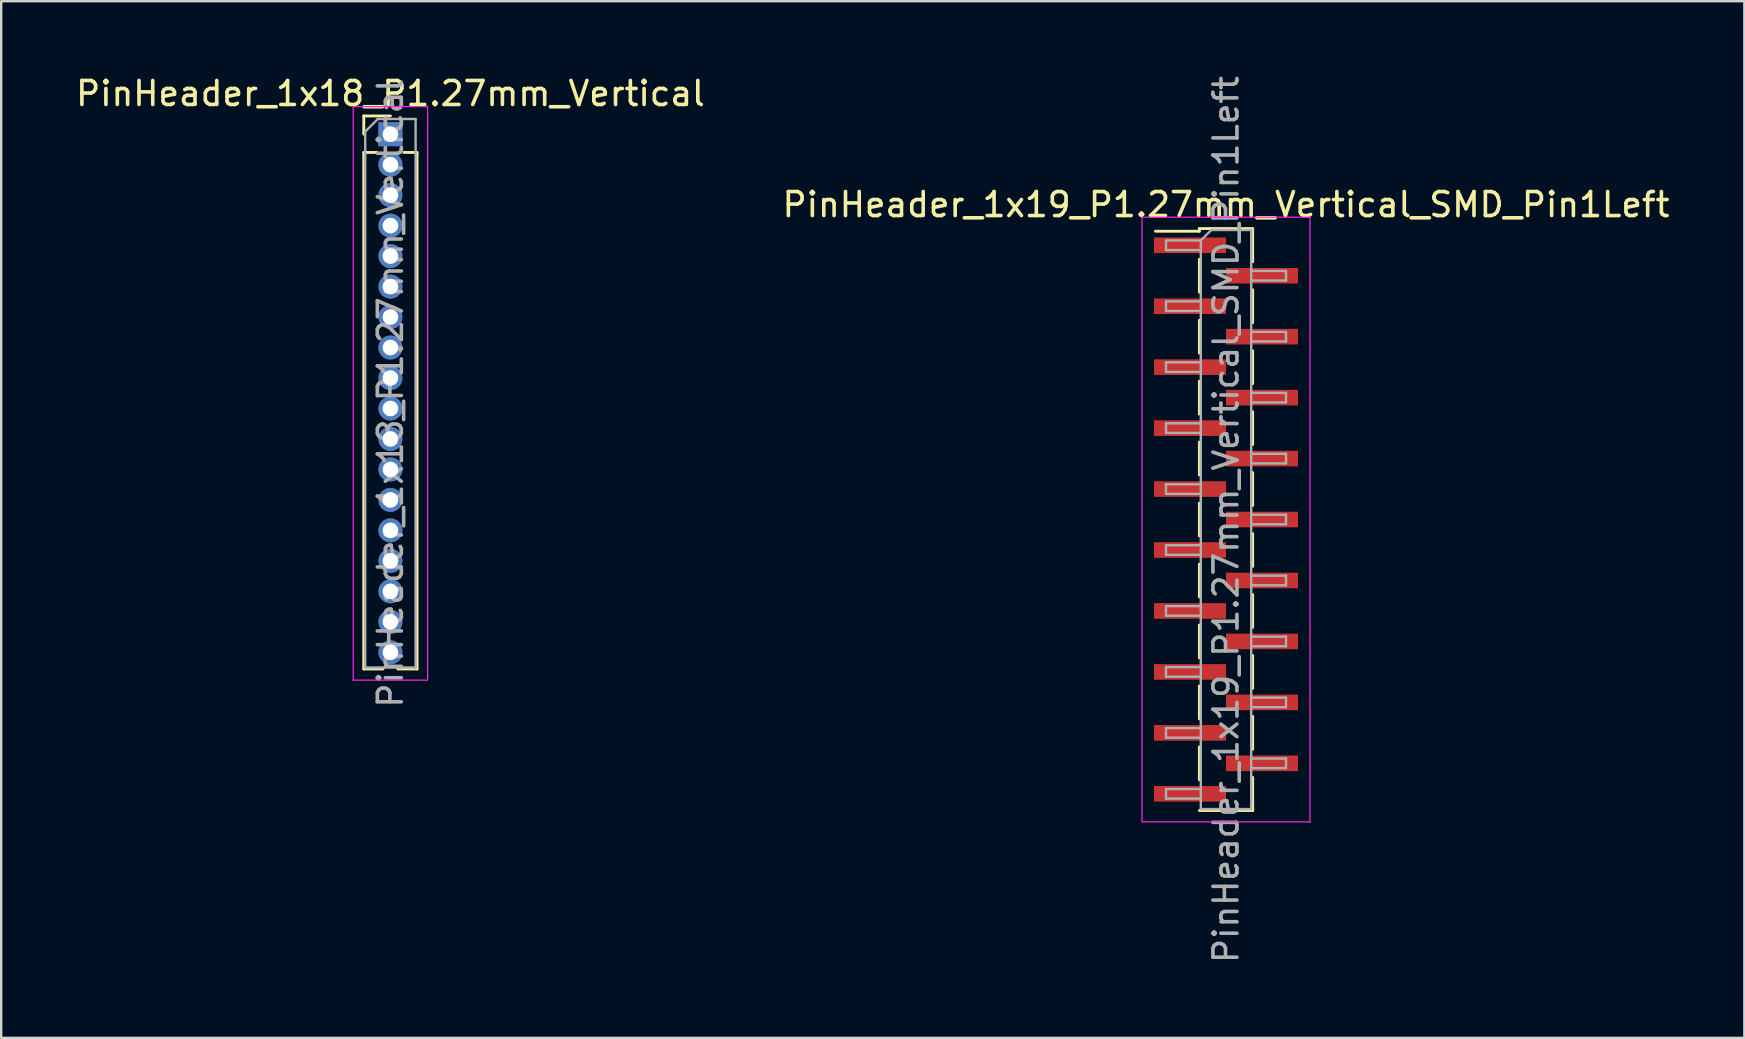
<source format=kicad_pcb>
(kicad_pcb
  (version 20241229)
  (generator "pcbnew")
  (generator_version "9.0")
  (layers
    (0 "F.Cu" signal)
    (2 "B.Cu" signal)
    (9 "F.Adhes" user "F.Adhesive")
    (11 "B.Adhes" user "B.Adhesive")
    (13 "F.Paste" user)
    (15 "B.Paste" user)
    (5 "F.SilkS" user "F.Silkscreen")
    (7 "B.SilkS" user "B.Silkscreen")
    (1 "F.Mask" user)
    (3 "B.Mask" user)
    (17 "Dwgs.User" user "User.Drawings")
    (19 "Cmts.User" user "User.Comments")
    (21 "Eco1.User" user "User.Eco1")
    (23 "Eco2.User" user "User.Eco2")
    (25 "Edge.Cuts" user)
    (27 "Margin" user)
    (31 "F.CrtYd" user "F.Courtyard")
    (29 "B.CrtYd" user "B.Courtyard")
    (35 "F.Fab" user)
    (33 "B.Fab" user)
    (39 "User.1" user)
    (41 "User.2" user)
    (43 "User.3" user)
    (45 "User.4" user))
  (footprint "PinHeader_1x19_P1.27mm_Vertical_SMD_Pin1Left"
    (layer "F.Cu")
    (at 48.042 18.601)
    (property "Reference" "PinHeader_1x19_P1.27mm_Vertical_SMD_Pin1Left" (at 0 -13.125 0) (layer "F.SilkS") (effects (font (size 1 1) (thickness 0.15))))
    (attr smd)
    (fp_line (start -1.11 -12.125) (end -1.11 -12.015) (stroke (width 0.12) (type solid)) (layer "F.SilkS"))
    (fp_line (start -1.11 -12.125) (end 1.11 -12.125) (stroke (width 0.12) (type solid)) (layer "F.SilkS"))
    (fp_line (start -1.11 -12.015) (end -2.94 -12.015) (stroke (width 0.12) (type solid)) (layer "F.SilkS"))
    (fp_line (start -1.11 -10.845) (end -1.11 -9.475) (stroke (width 0.12) (type solid)) (layer "F.SilkS"))
    (fp_line (start -1.11 -8.305) (end -1.11 -6.935) (stroke (width 0.12) (type solid)) (layer "F.SilkS"))
    (fp_line (start -1.11 -5.765) (end -1.11 -4.395) (stroke (width 0.12) (type solid)) (layer "F.SilkS"))
    (fp_line (start -1.11 -3.225) (end -1.11 -1.855) (stroke (width 0.12) (type solid)) (layer "F.SilkS"))
    (fp_line (start -1.11 -0.685) (end -1.11 0.685) (stroke (width 0.12) (type solid)) (layer "F.SilkS"))
    (fp_line (start -1.11 1.855) (end -1.11 3.225) (stroke (width 0.12) (type solid)) (layer "F.SilkS"))
    (fp_line (start -1.11 4.395) (end -1.11 5.765) (stroke (width 0.12) (type solid)) (layer "F.SilkS"))
    (fp_line (start -1.11 6.935) (end -1.11 8.305) (stroke (width 0.12) (type solid)) (layer "F.SilkS"))
    (fp_line (start -1.11 9.475) (end -1.11 10.845) (stroke (width 0.12) (type solid)) (layer "F.SilkS"))
    (fp_line (start -1.11 12.125) (end 1.11 12.125) (stroke (width 0.12) (type solid)) (layer "F.SilkS"))
    (fp_line (start 1.11 -12.115) (end 1.11 -10.745) (stroke (width 0.12) (type solid)) (layer "F.SilkS"))
    (fp_line (start 1.11 -9.575) (end 1.11 -8.205) (stroke (width 0.12) (type solid)) (layer "F.SilkS"))
    (fp_line (start 1.11 -7.035) (end 1.11 -5.665) (stroke (width 0.12) (type solid)) (layer "F.SilkS"))
    (fp_line (start 1.11 -4.495) (end 1.11 -3.125) (stroke (width 0.12) (type solid)) (layer "F.SilkS"))
    (fp_line (start 1.11 -1.955) (end 1.11 -0.585) (stroke (width 0.12) (type solid)) (layer "F.SilkS"))
    (fp_line (start 1.11 0.585) (end 1.11 1.955) (stroke (width 0.12) (type solid)) (layer "F.SilkS"))
    (fp_line (start 1.11 3.125) (end 1.11 4.495) (stroke (width 0.12) (type solid)) (layer "F.SilkS"))
    (fp_line (start 1.11 5.665) (end 1.11 7.035) (stroke (width 0.12) (type solid)) (layer "F.SilkS"))
    (fp_line (start 1.11 8.205) (end 1.11 9.575) (stroke (width 0.12) (type solid)) (layer "F.SilkS"))
    (fp_line (start 1.11 10.745) (end 1.11 12.115) (stroke (width 0.12) (type solid)) (layer "F.SilkS"))
    (fp_line (start 1.11 12.015) (end 1.11 12.125) (stroke (width 0.12) (type solid)) (layer "F.SilkS"))
    (fp_line (start -3.5 -12.6) (end -3.5 12.6) (stroke (width 0.05) (type solid)) (layer "F.CrtYd"))
    (fp_line (start -3.5 12.6) (end 3.5 12.6) (stroke (width 0.05) (type solid)) (layer "F.CrtYd"))
    (fp_line (start 3.5 -12.6) (end -3.5 -12.6) (stroke (width 0.05) (type solid)) (layer "F.CrtYd"))
    (fp_line (start 3.5 12.6) (end 3.5 -12.6) (stroke (width 0.05) (type solid)) (layer "F.CrtYd"))
    (fp_line (start -2.5 -11.63) (end -2.5 -11.23) (stroke (width 0.1) (type solid)) (layer "F.Fab"))
    (fp_line (start -2.5 -11.23) (end -1.05 -11.23) (stroke (width 0.1) (type solid)) (layer "F.Fab"))
    (fp_line (start -2.5 -9.09) (end -2.5 -8.69) (stroke (width 0.1) (type solid)) (layer "F.Fab"))
    (fp_line (start -2.5 -8.69) (end -1.05 -8.69) (stroke (width 0.1) (type solid)) (layer "F.Fab"))
    (fp_line (start -2.5 -6.55) (end -2.5 -6.15) (stroke (width 0.1) (type solid)) (layer "F.Fab"))
    (fp_line (start -2.5 -6.15) (end -1.05 -6.15) (stroke (width 0.1) (type solid)) (layer "F.Fab"))
    (fp_line (start -2.5 -4.01) (end -2.5 -3.61) (stroke (width 0.1) (type solid)) (layer "F.Fab"))
    (fp_line (start -2.5 -3.61) (end -1.05 -3.61) (stroke (width 0.1) (type solid)) (layer "F.Fab"))
    (fp_line (start -2.5 -1.47) (end -2.5 -1.07) (stroke (width 0.1) (type solid)) (layer "F.Fab"))
    (fp_line (start -2.5 -1.07) (end -1.05 -1.07) (stroke (width 0.1) (type solid)) (layer "F.Fab"))
    (fp_line (start -2.5 1.07) (end -2.5 1.47) (stroke (width 0.1) (type solid)) (layer "F.Fab"))
    (fp_line (start -2.5 1.47) (end -1.05 1.47) (stroke (width 0.1) (type solid)) (layer "F.Fab"))
    (fp_line (start -2.5 3.61) (end -2.5 4.01) (stroke (width 0.1) (type solid)) (layer "F.Fab"))
    (fp_line (start -2.5 4.01) (end -1.05 4.01) (stroke (width 0.1) (type solid)) (layer "F.Fab"))
    (fp_line (start -2.5 6.15) (end -2.5 6.55) (stroke (width 0.1) (type solid)) (layer "F.Fab"))
    (fp_line (start -2.5 6.55) (end -1.05 6.55) (stroke (width 0.1) (type solid)) (layer "F.Fab"))
    (fp_line (start -2.5 8.69) (end -2.5 9.09) (stroke (width 0.1) (type solid)) (layer "F.Fab"))
    (fp_line (start -2.5 9.09) (end -1.05 9.09) (stroke (width 0.1) (type solid)) (layer "F.Fab"))
    (fp_line (start -2.5 11.23) (end -2.5 11.63) (stroke (width 0.1) (type solid)) (layer "F.Fab"))
    (fp_line (start -2.5 11.63) (end -1.05 11.63) (stroke (width 0.1) (type solid)) (layer "F.Fab"))
    (fp_line (start -1.05 -11.63) (end -2.5 -11.63) (stroke (width 0.1) (type solid)) (layer "F.Fab"))
    (fp_line (start -1.05 -11.63) (end -0.615 -12.065) (stroke (width 0.1) (type solid)) (layer "F.Fab"))
    (fp_line (start -1.05 -9.09) (end -2.5 -9.09) (stroke (width 0.1) (type solid)) (layer "F.Fab"))
    (fp_line (start -1.05 -6.55) (end -2.5 -6.55) (stroke (width 0.1) (type solid)) (layer "F.Fab"))
    (fp_line (start -1.05 -4.01) (end -2.5 -4.01) (stroke (width 0.1) (type solid)) (layer "F.Fab"))
    (fp_line (start -1.05 -1.47) (end -2.5 -1.47) (stroke (width 0.1) (type solid)) (layer "F.Fab"))
    (fp_line (start -1.05 1.07) (end -2.5 1.07) (stroke (width 0.1) (type solid)) (layer "F.Fab"))
    (fp_line (start -1.05 3.61) (end -2.5 3.61) (stroke (width 0.1) (type solid)) (layer "F.Fab"))
    (fp_line (start -1.05 6.15) (end -2.5 6.15) (stroke (width 0.1) (type solid)) (layer "F.Fab"))
    (fp_line (start -1.05 8.69) (end -2.5 8.69) (stroke (width 0.1) (type solid)) (layer "F.Fab"))
    (fp_line (start -1.05 11.23) (end -2.5 11.23) (stroke (width 0.1) (type solid)) (layer "F.Fab"))
    (fp_line (start -1.05 12.065) (end -1.05 -11.63) (stroke (width 0.1) (type solid)) (layer "F.Fab"))
    (fp_line (start -0.615 -12.065) (end 1.05 -12.065) (stroke (width 0.1) (type solid)) (layer "F.Fab"))
    (fp_line (start 1.05 -12.065) (end 1.05 12.065) (stroke (width 0.1) (type solid)) (layer "F.Fab"))
    (fp_line (start 1.05 -10.36) (end 2.5 -10.36) (stroke (width 0.1) (type solid)) (layer "F.Fab"))
    (fp_line (start 1.05 -7.82) (end 2.5 -7.82) (stroke (width 0.1) (type solid)) (layer "F.Fab"))
    (fp_line (start 1.05 -5.28) (end 2.5 -5.28) (stroke (width 0.1) (type solid)) (layer "F.Fab"))
    (fp_line (start 1.05 -2.74) (end 2.5 -2.74) (stroke (width 0.1) (type solid)) (layer "F.Fab"))
    (fp_line (start 1.05 -0.2) (end 2.5 -0.2) (stroke (width 0.1) (type solid)) (layer "F.Fab"))
    (fp_line (start 1.05 2.34) (end 2.5 2.34) (stroke (width 0.1) (type solid)) (layer "F.Fab"))
    (fp_line (start 1.05 4.88) (end 2.5 4.88) (stroke (width 0.1) (type solid)) (layer "F.Fab"))
    (fp_line (start 1.05 7.42) (end 2.5 7.42) (stroke (width 0.1) (type solid)) (layer "F.Fab"))
    (fp_line (start 1.05 9.96) (end 2.5 9.96) (stroke (width 0.1) (type solid)) (layer "F.Fab"))
    (fp_line (start 1.05 12.065) (end -1.05 12.065) (stroke (width 0.1) (type solid)) (layer "F.Fab"))
    (fp_line (start 2.5 -10.36) (end 2.5 -9.96) (stroke (width 0.1) (type solid)) (layer "F.Fab"))
    (fp_line (start 2.5 -9.96) (end 1.05 -9.96) (stroke (width 0.1) (type solid)) (layer "F.Fab"))
    (fp_line (start 2.5 -7.82) (end 2.5 -7.42) (stroke (width 0.1) (type solid)) (layer "F.Fab"))
    (fp_line (start 2.5 -7.42) (end 1.05 -7.42) (stroke (width 0.1) (type solid)) (layer "F.Fab"))
    (fp_line (start 2.5 -5.28) (end 2.5 -4.88) (stroke (width 0.1) (type solid)) (layer "F.Fab"))
    (fp_line (start 2.5 -4.88) (end 1.05 -4.88) (stroke (width 0.1) (type solid)) (layer "F.Fab"))
    (fp_line (start 2.5 -2.74) (end 2.5 -2.34) (stroke (width 0.1) (type solid)) (layer "F.Fab"))
    (fp_line (start 2.5 -2.34) (end 1.05 -2.34) (stroke (width 0.1) (type solid)) (layer "F.Fab"))
    (fp_line (start 2.5 -0.2) (end 2.5 0.2) (stroke (width 0.1) (type solid)) (layer "F.Fab"))
    (fp_line (start 2.5 0.2) (end 1.05 0.2) (stroke (width 0.1) (type solid)) (layer "F.Fab"))
    (fp_line (start 2.5 2.34) (end 2.5 2.74) (stroke (width 0.1) (type solid)) (layer "F.Fab"))
    (fp_line (start 2.5 2.74) (end 1.05 2.74) (stroke (width 0.1) (type solid)) (layer "F.Fab"))
    (fp_line (start 2.5 4.88) (end 2.5 5.28) (stroke (width 0.1) (type solid)) (layer "F.Fab"))
    (fp_line (start 2.5 5.28) (end 1.05 5.28) (stroke (width 0.1) (type solid)) (layer "F.Fab"))
    (fp_line (start 2.5 7.42) (end 2.5 7.82) (stroke (width 0.1) (type solid)) (layer "F.Fab"))
    (fp_line (start 2.5 7.82) (end 1.05 7.82) (stroke (width 0.1) (type solid)) (layer "F.Fab"))
    (fp_line (start 2.5 9.96) (end 2.5 10.36) (stroke (width 0.1) (type solid)) (layer "F.Fab"))
    (fp_line (start 2.5 10.36) (end 1.05 10.36) (stroke (width 0.1) (type solid)) (layer "F.Fab"))
    (fp_text user "${REFERENCE}" (at 0 0 90) (layer "F.Fab") (effects (font (size 1 1) (thickness 0.15))))
    (pad "1" smd rect (at -1.5 -11.43) (size 3 0.65) (layers "F.Cu" "F.Mask" "F.Paste"))
    (pad "2" smd rect (at 1.5 -10.16) (size 3 0.65) (layers "F.Cu" "F.Mask" "F.Paste"))
    (pad "3" smd rect (at -1.5 -8.89) (size 3 0.65) (layers "F.Cu" "F.Mask" "F.Paste"))
    (pad "4" smd rect (at 1.5 -7.62) (size 3 0.65) (layers "F.Cu" "F.Mask" "F.Paste"))
    (pad "5" smd rect (at -1.5 -6.35) (size 3 0.65) (layers "F.Cu" "F.Mask" "F.Paste"))
    (pad "6" smd rect (at 1.5 -5.08) (size 3 0.65) (layers "F.Cu" "F.Mask" "F.Paste"))
    (pad "7" smd rect (at -1.5 -3.81) (size 3 0.65) (layers "F.Cu" "F.Mask" "F.Paste"))
    (pad "8" smd rect (at 1.5 -2.54) (size 3 0.65) (layers "F.Cu" "F.Mask" "F.Paste"))
    (pad "9" smd rect (at -1.5 -1.27) (size 3 0.65) (layers "F.Cu" "F.Mask" "F.Paste"))
    (pad "10" smd rect (at 1.5 0) (size 3 0.65) (layers "F.Cu" "F.Mask" "F.Paste"))
    (pad "11" smd rect (at -1.5 1.27) (size 3 0.65) (layers "F.Cu" "F.Mask" "F.Paste"))
    (pad "12" smd rect (at 1.5 2.54) (size 3 0.65) (layers "F.Cu" "F.Mask" "F.Paste"))
    (pad "13" smd rect (at -1.5 3.81) (size 3 0.65) (layers "F.Cu" "F.Mask" "F.Paste"))
    (pad "14" smd rect (at 1.5 5.08) (size 3 0.65) (layers "F.Cu" "F.Mask" "F.Paste"))
    (pad "15" smd rect (at -1.5 6.35) (size 3 0.65) (layers "F.Cu" "F.Mask" "F.Paste"))
    (pad "16" smd rect (at 1.5 7.62) (size 3 0.65) (layers "F.Cu" "F.Mask" "F.Paste"))
    (pad "17" smd rect (at -1.5 8.89) (size 3 0.65) (layers "F.Cu" "F.Mask" "F.Paste"))
    (pad "18" smd rect (at 1.5 10.16) (size 3 0.65) (layers "F.Cu" "F.Mask" "F.Paste"))
    (pad "19" smd rect (at -1.5 11.43) (size 3 0.65) (layers "F.Cu" "F.Mask" "F.Paste")))
  (footprint "PinHeader_1x18_P1.27mm_Vertical"
    (layer "F.Cu")
    (at 13.22 2.543)
    (property "Reference" "PinHeader_1x18_P1.27mm_Vertical" (at 0 -1.695 0) (layer "F.SilkS") (effects (font (size 1 1) (thickness 0.15))))
    (attr through_hole)
    (fp_line (start -1.11 -0.76) (end 0 -0.76) (stroke (width 0.12) (type solid)) (layer "F.SilkS"))
    (fp_line (start -1.11 0) (end -1.11 -0.76) (stroke (width 0.12) (type solid)) (layer "F.SilkS"))
    (fp_line (start -1.11 0.76) (end -1.11 22.285) (stroke (width 0.12) (type solid)) (layer "F.SilkS"))
    (fp_line (start -1.11 0.76) (end -0.563 0.76) (stroke (width 0.12) (type solid)) (layer "F.SilkS"))
    (fp_line (start -1.11 22.285) (end -0.308 22.285) (stroke (width 0.12) (type solid)) (layer "F.SilkS"))
    (fp_line (start 0.308 22.285) (end 1.11 22.285) (stroke (width 0.12) (type solid)) (layer "F.SilkS"))
    (fp_line (start 0.563 0.76) (end 1.11 0.76) (stroke (width 0.12) (type solid)) (layer "F.SilkS"))
    (fp_line (start 1.11 0.76) (end 1.11 22.285) (stroke (width 0.12) (type solid)) (layer "F.SilkS"))
    (fp_line (start -1.55 -1.15) (end -1.55 22.75) (stroke (width 0.05) (type solid)) (layer "F.CrtYd"))
    (fp_line (start -1.55 22.75) (end 1.55 22.75) (stroke (width 0.05) (type solid)) (layer "F.CrtYd"))
    (fp_line (start 1.55 -1.15) (end -1.55 -1.15) (stroke (width 0.05) (type solid)) (layer "F.CrtYd"))
    (fp_line (start 1.55 22.75) (end 1.55 -1.15) (stroke (width 0.05) (type solid)) (layer "F.CrtYd"))
    (fp_line (start -1.05 -0.11) (end -0.525 -0.635) (stroke (width 0.1) (type solid)) (layer "F.Fab"))
    (fp_line (start -1.05 22.225) (end -1.05 -0.11) (stroke (width 0.1) (type solid)) (layer "F.Fab"))
    (fp_line (start -0.525 -0.635) (end 1.05 -0.635) (stroke (width 0.1) (type solid)) (layer "F.Fab"))
    (fp_line (start 1.05 -0.635) (end 1.05 22.225) (stroke (width 0.1) (type solid)) (layer "F.Fab"))
    (fp_line (start 1.05 22.225) (end -1.05 22.225) (stroke (width 0.1) (type solid)) (layer "F.Fab"))
    (fp_text user "${REFERENCE}" (at 0 10.795 90) (layer "F.Fab") (effects (font (size 1 1) (thickness 0.15))))
    (pad "1" thru_hole rect (at 0 0) (size 1 1) (drill 0.65) (layers "*.Cu" "*.Mask"))
    (pad "2" thru_hole oval (at 0 1.27) (size 1 1) (drill 0.65) (layers "*.Cu" "*.Mask"))
    (pad "3" thru_hole oval (at 0 2.54) (size 1 1) (drill 0.65) (layers "*.Cu" "*.Mask"))
    (pad "4" thru_hole oval (at 0 3.81) (size 1 1) (drill 0.65) (layers "*.Cu" "*.Mask"))
    (pad "5" thru_hole oval (at 0 5.08) (size 1 1) (drill 0.65) (layers "*.Cu" "*.Mask"))
    (pad "6" thru_hole oval (at 0 6.35) (size 1 1) (drill 0.65) (layers "*.Cu" "*.Mask"))
    (pad "7" thru_hole oval (at 0 7.62) (size 1 1) (drill 0.65) (layers "*.Cu" "*.Mask"))
    (pad "8" thru_hole oval (at 0 8.89) (size 1 1) (drill 0.65) (layers "*.Cu" "*.Mask"))
    (pad "9" thru_hole oval (at 0 10.16) (size 1 1) (drill 0.65) (layers "*.Cu" "*.Mask"))
    (pad "10" thru_hole oval (at 0 11.43) (size 1 1) (drill 0.65) (layers "*.Cu" "*.Mask"))
    (pad "11" thru_hole oval (at 0 12.7) (size 1 1) (drill 0.65) (layers "*.Cu" "*.Mask"))
    (pad "12" thru_hole oval (at 0 13.97) (size 1 1) (drill 0.65) (layers "*.Cu" "*.Mask"))
    (pad "13" thru_hole oval (at 0 15.24) (size 1 1) (drill 0.65) (layers "*.Cu" "*.Mask"))
    (pad "14" thru_hole oval (at 0 16.51) (size 1 1) (drill 0.65) (layers "*.Cu" "*.Mask"))
    (pad "15" thru_hole oval (at 0 17.78) (size 1 1) (drill 0.65) (layers "*.Cu" "*.Mask"))
    (pad "16" thru_hole oval (at 0 19.05) (size 1 1) (drill 0.65) (layers "*.Cu" "*.Mask"))
    (pad "17" thru_hole oval (at 0 20.32) (size 1 1) (drill 0.65) (layers "*.Cu" "*.Mask"))
    (pad "18" thru_hole oval (at 0 21.59) (size 1 1) (drill 0.65) (layers "*.Cu" "*.Mask")))
  (gr_rect
    (start -3 -3)
    (end 69.643 40.202)
    (stroke (width 0.1) (type default))
    (fill no)
    (layer "Edge.Cuts")))
</source>
